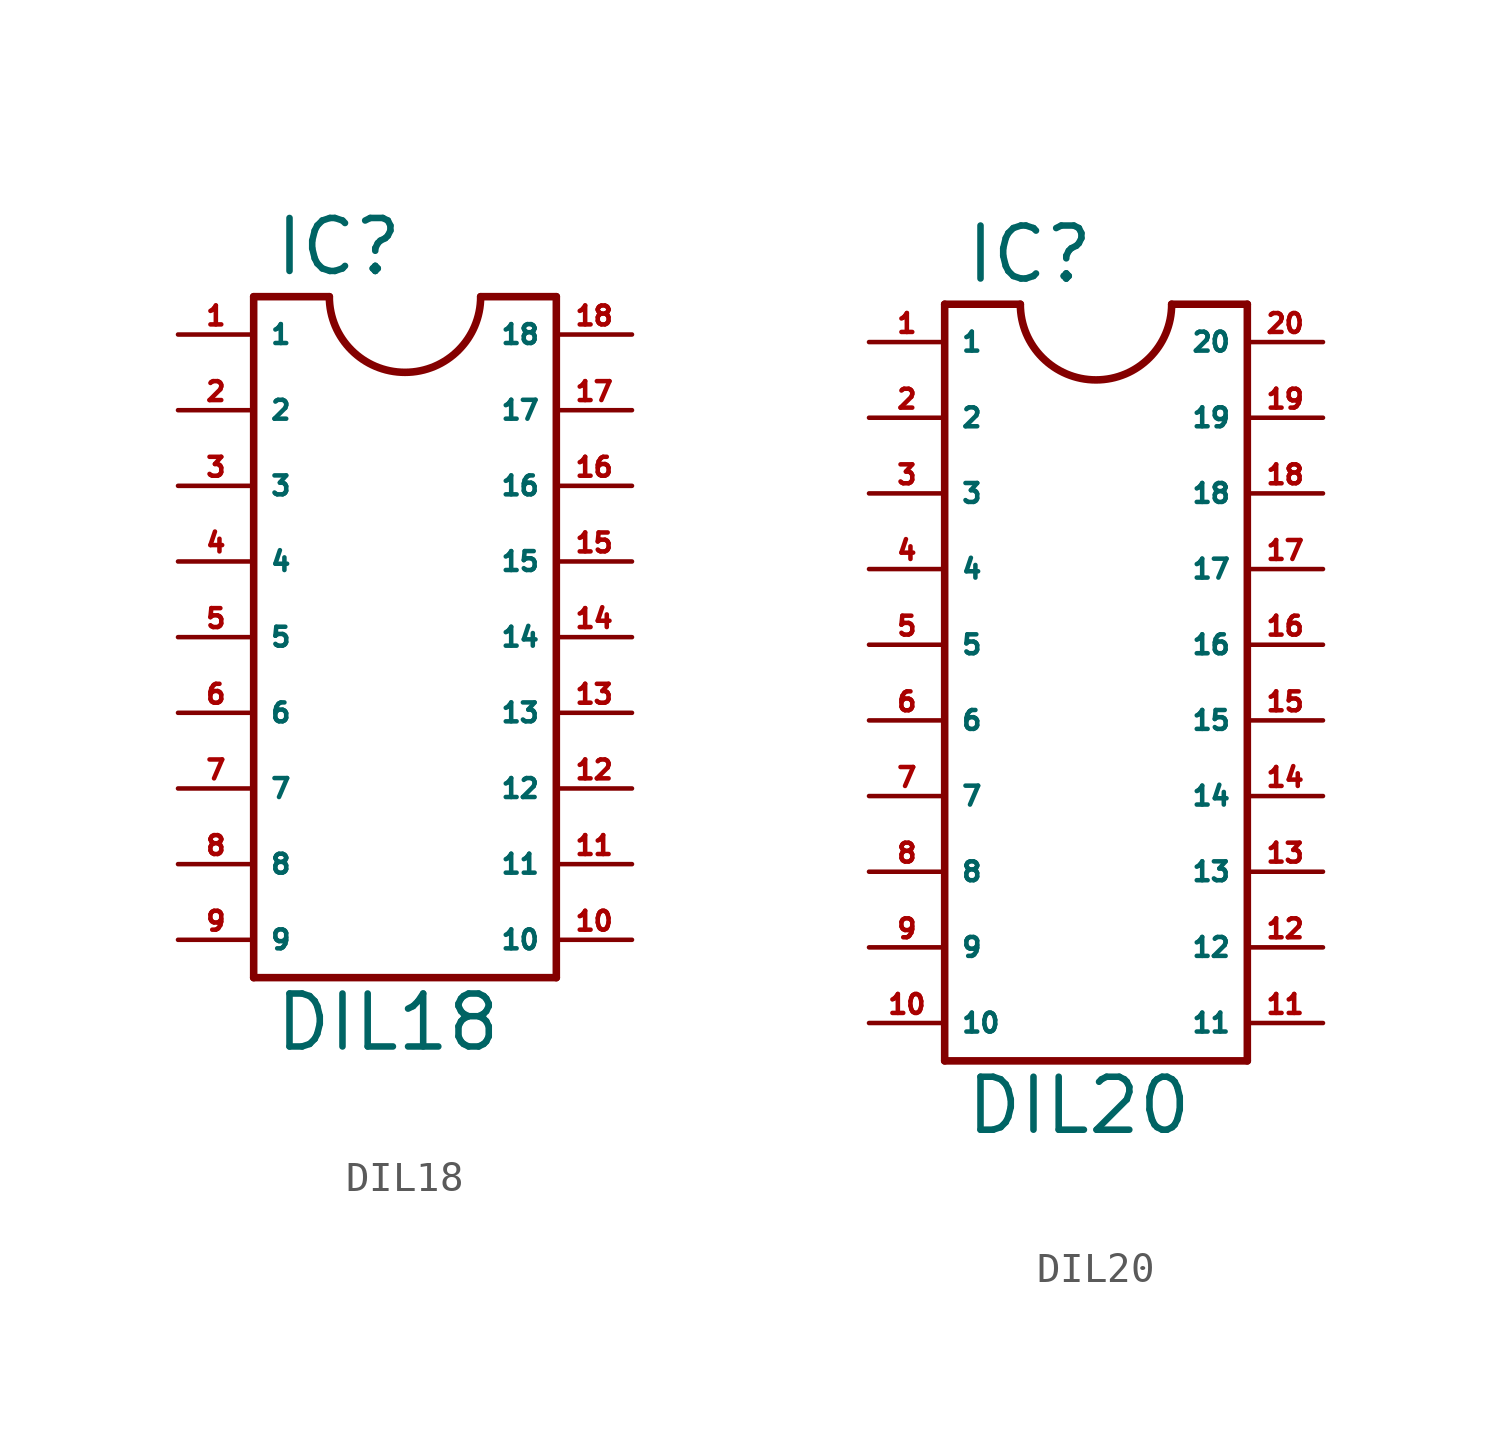
<source format=kicad_sym>
(kicad_symbol_lib
  (version 20220914)
  (generator Eagle2Kicad)
  (symbol "DIL18"
    (property "Reference" "IC"
      (at -4.445 12.065 0)
      (effects (font (size 1.778 1.778) (thickness 0.22)) (justify left bottom)))
    (property "Value" "DIL18"
      (at -4.445 -13.97 0)
      (effects (font (size 1.778 1.778) (thickness 0.22)) (justify left bottom)))
    (polyline
      (pts (xy -5.08 11.43) (xy -5.08 -11.43))
      (stroke (width 0.254) (type default))
      (fill (type none)))
    (polyline
      (pts (xy -5.08 -11.43) (xy 5.08 -11.43))
      (stroke (width 0.254) (type default))
      (fill (type none)))
    (polyline
      (pts (xy 5.08 -11.43) (xy 5.08 11.43))
      (stroke (width 0.254) (type default))
      (fill (type none)))
    (polyline
      (pts (xy 5.08 11.43) (xy 2.54 11.43))
      (stroke (width 0.254) (type default))
      (fill (type none)))
    (polyline
      (pts (xy -5.08 11.43) (xy -2.54 11.43))
      (stroke (width 0.254) (type default))
      (fill (type none)))
    (arc
      (start -2.54 11.43)
      (mid 0.000 8.890)
      (end 2.54 11.43)
      (stroke (width 0.254) (type default))
      (fill (type none)))
    (pin passive line
      (at -7.62 10.16 0)
      (length 2.54)
      (name "1" (effects (font (size 0.635 0.635) (thickness 0.08)) (justify left bottom)))
      (number "1" (effects (font (size 0.635 0.635) (thickness 0.08)) (justify left bottom))))
    (pin passive line
      (at -7.62 7.62 0)
      (length 2.54)
      (name "2" (effects (font (size 0.635 0.635) (thickness 0.08)) (justify left bottom)))
      (number "2" (effects (font (size 0.635 0.635) (thickness 0.08)) (justify left bottom))))
    (pin passive line
      (at -7.62 5.08 0)
      (length 2.54)
      (name "3" (effects (font (size 0.635 0.635) (thickness 0.08)) (justify left bottom)))
      (number "3" (effects (font (size 0.635 0.635) (thickness 0.08)) (justify left bottom))))
    (pin passive line
      (at -7.62 2.54 0)
      (length 2.54)
      (name "4" (effects (font (size 0.635 0.635) (thickness 0.08)) (justify left bottom)))
      (number "4" (effects (font (size 0.635 0.635) (thickness 0.08)) (justify left bottom))))
    (pin passive line
      (at -7.62 0 0)
      (length 2.54)
      (name "5" (effects (font (size 0.635 0.635) (thickness 0.08)) (justify left bottom)))
      (number "5" (effects (font (size 0.635 0.635) (thickness 0.08)) (justify left bottom))))
    (pin passive line
      (at -7.62 -2.54 0)
      (length 2.54)
      (name "6" (effects (font (size 0.635 0.635) (thickness 0.08)) (justify left bottom)))
      (number "6" (effects (font (size 0.635 0.635) (thickness 0.08)) (justify left bottom))))
    (pin passive line
      (at -7.62 -5.08 0)
      (length 2.54)
      (name "7" (effects (font (size 0.635 0.635) (thickness 0.08)) (justify left bottom)))
      (number "7" (effects (font (size 0.635 0.635) (thickness 0.08)) (justify left bottom))))
    (pin passive line
      (at -7.62 -7.62 0)
      (length 2.54)
      (name "8" (effects (font (size 0.635 0.635) (thickness 0.08)) (justify left bottom)))
      (number "8" (effects (font (size 0.635 0.635) (thickness 0.08)) (justify left bottom))))
    (pin passive line
      (at -7.62 -10.16 0)
      (length 2.54)
      (name "9" (effects (font (size 0.635 0.635) (thickness 0.08)) (justify left bottom)))
      (number "9" (effects (font (size 0.635 0.635) (thickness 0.08)) (justify left bottom))))
    (pin passive line
      (at 7.62 -10.16 180)
      (length 2.54)
      (name "10" (effects (font (size 0.635 0.635) (thickness 0.08)) (justify left bottom)))
      (number "10" (effects (font (size 0.635 0.635) (thickness 0.08)) (justify left bottom))))
    (pin passive line
      (at 7.62 -7.62 180)
      (length 2.54)
      (name "11" (effects (font (size 0.635 0.635) (thickness 0.08)) (justify left bottom)))
      (number "11" (effects (font (size 0.635 0.635) (thickness 0.08)) (justify left bottom))))
    (pin passive line
      (at 7.62 -5.08 180)
      (length 2.54)
      (name "12" (effects (font (size 0.635 0.635) (thickness 0.08)) (justify left bottom)))
      (number "12" (effects (font (size 0.635 0.635) (thickness 0.08)) (justify left bottom))))
    (pin passive line
      (at 7.62 -2.54 180)
      (length 2.54)
      (name "13" (effects (font (size 0.635 0.635) (thickness 0.08)) (justify left bottom)))
      (number "13" (effects (font (size 0.635 0.635) (thickness 0.08)) (justify left bottom))))
    (pin passive line
      (at 7.62 0 180)
      (length 2.54)
      (name "14" (effects (font (size 0.635 0.635) (thickness 0.08)) (justify left bottom)))
      (number "14" (effects (font (size 0.635 0.635) (thickness 0.08)) (justify left bottom))))
    (pin passive line
      (at 7.62 2.54 180)
      (length 2.54)
      (name "15" (effects (font (size 0.635 0.635) (thickness 0.08)) (justify left bottom)))
      (number "15" (effects (font (size 0.635 0.635) (thickness 0.08)) (justify left bottom))))
    (pin passive line
      (at 7.62 5.08 180)
      (length 2.54)
      (name "16" (effects (font (size 0.635 0.635) (thickness 0.08)) (justify left bottom)))
      (number "16" (effects (font (size 0.635 0.635) (thickness 0.08)) (justify left bottom))))
    (pin passive line
      (at 7.62 7.62 180)
      (length 2.54)
      (name "17" (effects (font (size 0.635 0.635) (thickness 0.08)) (justify left bottom)))
      (number "17" (effects (font (size 0.635 0.635) (thickness 0.08)) (justify left bottom))))
    (pin passive line
      (at 7.62 10.16 180)
      (length 2.54)
      (name "18" (effects (font (size 0.635 0.635) (thickness 0.08)) (justify left bottom)))
      (number "18" (effects (font (size 0.635 0.635) (thickness 0.08)) (justify left bottom)))))
  (symbol "DIL20"
    (property "Reference" "IC"
      (at -4.445 12.065 0)
      (effects (font (size 1.778 1.778) (thickness 0.22)) (justify left bottom)))
    (property "Value" "DIL20"
      (at -4.445 -16.51 0)
      (effects (font (size 1.778 1.778) (thickness 0.22)) (justify left bottom)))
    (polyline
      (pts (xy -5.08 11.43) (xy -5.08 -13.97))
      (stroke (width 0.254) (type default))
      (fill (type none)))
    (polyline
      (pts (xy -5.08 -13.97) (xy 5.08 -13.97))
      (stroke (width 0.254) (type default))
      (fill (type none)))
    (polyline
      (pts (xy 5.08 -13.97) (xy 5.08 11.43))
      (stroke (width 0.254) (type default))
      (fill (type none)))
    (polyline
      (pts (xy 5.08 11.43) (xy 2.54 11.43))
      (stroke (width 0.254) (type default))
      (fill (type none)))
    (polyline
      (pts (xy -5.08 11.43) (xy -2.54 11.43))
      (stroke (width 0.254) (type default))
      (fill (type none)))
    (arc
      (start -2.54 11.43)
      (mid 0.000 8.890)
      (end 2.54 11.43)
      (stroke (width 0.254) (type default))
      (fill (type none)))
    (pin passive line
      (at -7.62 10.16 0)
      (length 2.54)
      (name "1" (effects (font (size 0.635 0.635) (thickness 0.08)) (justify left bottom)))
      (number "1" (effects (font (size 0.635 0.635) (thickness 0.08)) (justify left bottom))))
    (pin passive line
      (at -7.62 7.62 0)
      (length 2.54)
      (name "2" (effects (font (size 0.635 0.635) (thickness 0.08)) (justify left bottom)))
      (number "2" (effects (font (size 0.635 0.635) (thickness 0.08)) (justify left bottom))))
    (pin passive line
      (at -7.62 5.08 0)
      (length 2.54)
      (name "3" (effects (font (size 0.635 0.635) (thickness 0.08)) (justify left bottom)))
      (number "3" (effects (font (size 0.635 0.635) (thickness 0.08)) (justify left bottom))))
    (pin passive line
      (at -7.62 2.54 0)
      (length 2.54)
      (name "4" (effects (font (size 0.635 0.635) (thickness 0.08)) (justify left bottom)))
      (number "4" (effects (font (size 0.635 0.635) (thickness 0.08)) (justify left bottom))))
    (pin passive line
      (at -7.62 0 0)
      (length 2.54)
      (name "5" (effects (font (size 0.635 0.635) (thickness 0.08)) (justify left bottom)))
      (number "5" (effects (font (size 0.635 0.635) (thickness 0.08)) (justify left bottom))))
    (pin passive line
      (at -7.62 -2.54 0)
      (length 2.54)
      (name "6" (effects (font (size 0.635 0.635) (thickness 0.08)) (justify left bottom)))
      (number "6" (effects (font (size 0.635 0.635) (thickness 0.08)) (justify left bottom))))
    (pin passive line
      (at -7.62 -5.08 0)
      (length 2.54)
      (name "7" (effects (font (size 0.635 0.635) (thickness 0.08)) (justify left bottom)))
      (number "7" (effects (font (size 0.635 0.635) (thickness 0.08)) (justify left bottom))))
    (pin passive line
      (at -7.62 -7.62 0)
      (length 2.54)
      (name "8" (effects (font (size 0.635 0.635) (thickness 0.08)) (justify left bottom)))
      (number "8" (effects (font (size 0.635 0.635) (thickness 0.08)) (justify left bottom))))
    (pin passive line
      (at -7.62 -10.16 0)
      (length 2.54)
      (name "9" (effects (font (size 0.635 0.635) (thickness 0.08)) (justify left bottom)))
      (number "9" (effects (font (size 0.635 0.635) (thickness 0.08)) (justify left bottom))))
    (pin passive line
      (at -7.62 -12.7 0)
      (length 2.54)
      (name "10" (effects (font (size 0.635 0.635) (thickness 0.08)) (justify left bottom)))
      (number "10" (effects (font (size 0.635 0.635) (thickness 0.08)) (justify left bottom))))
    (pin passive line
      (at 7.62 -12.7 180)
      (length 2.54)
      (name "11" (effects (font (size 0.635 0.635) (thickness 0.08)) (justify left bottom)))
      (number "11" (effects (font (size 0.635 0.635) (thickness 0.08)) (justify left bottom))))
    (pin passive line
      (at 7.62 -10.16 180)
      (length 2.54)
      (name "12" (effects (font (size 0.635 0.635) (thickness 0.08)) (justify left bottom)))
      (number "12" (effects (font (size 0.635 0.635) (thickness 0.08)) (justify left bottom))))
    (pin passive line
      (at 7.62 -7.62 180)
      (length 2.54)
      (name "13" (effects (font (size 0.635 0.635) (thickness 0.08)) (justify left bottom)))
      (number "13" (effects (font (size 0.635 0.635) (thickness 0.08)) (justify left bottom))))
    (pin passive line
      (at 7.62 -5.08 180)
      (length 2.54)
      (name "14" (effects (font (size 0.635 0.635) (thickness 0.08)) (justify left bottom)))
      (number "14" (effects (font (size 0.635 0.635) (thickness 0.08)) (justify left bottom))))
    (pin passive line
      (at 7.62 -2.54 180)
      (length 2.54)
      (name "15" (effects (font (size 0.635 0.635) (thickness 0.08)) (justify left bottom)))
      (number "15" (effects (font (size 0.635 0.635) (thickness 0.08)) (justify left bottom))))
    (pin passive line
      (at 7.62 0 180)
      (length 2.54)
      (name "16" (effects (font (size 0.635 0.635) (thickness 0.08)) (justify left bottom)))
      (number "16" (effects (font (size 0.635 0.635) (thickness 0.08)) (justify left bottom))))
    (pin passive line
      (at 7.62 2.54 180)
      (length 2.54)
      (name "17" (effects (font (size 0.635 0.635) (thickness 0.08)) (justify left bottom)))
      (number "17" (effects (font (size 0.635 0.635) (thickness 0.08)) (justify left bottom))))
    (pin passive line
      (at 7.62 5.08 180)
      (length 2.54)
      (name "18" (effects (font (size 0.635 0.635) (thickness 0.08)) (justify left bottom)))
      (number "18" (effects (font (size 0.635 0.635) (thickness 0.08)) (justify left bottom))))
    (pin passive line
      (at 7.62 7.62 180)
      (length 2.54)
      (name "19" (effects (font (size 0.635 0.635) (thickness 0.08)) (justify left bottom)))
      (number "19" (effects (font (size 0.635 0.635) (thickness 0.08)) (justify left bottom))))
    (pin passive line
      (at 7.62 10.16 180)
      (length 2.54)
      (name "20" (effects (font (size 0.635 0.635) (thickness 0.08)) (justify left bottom)))
      (number "20" (effects (font (size 0.635 0.635) (thickness 0.08)) (justify left bottom))))))
</source>
